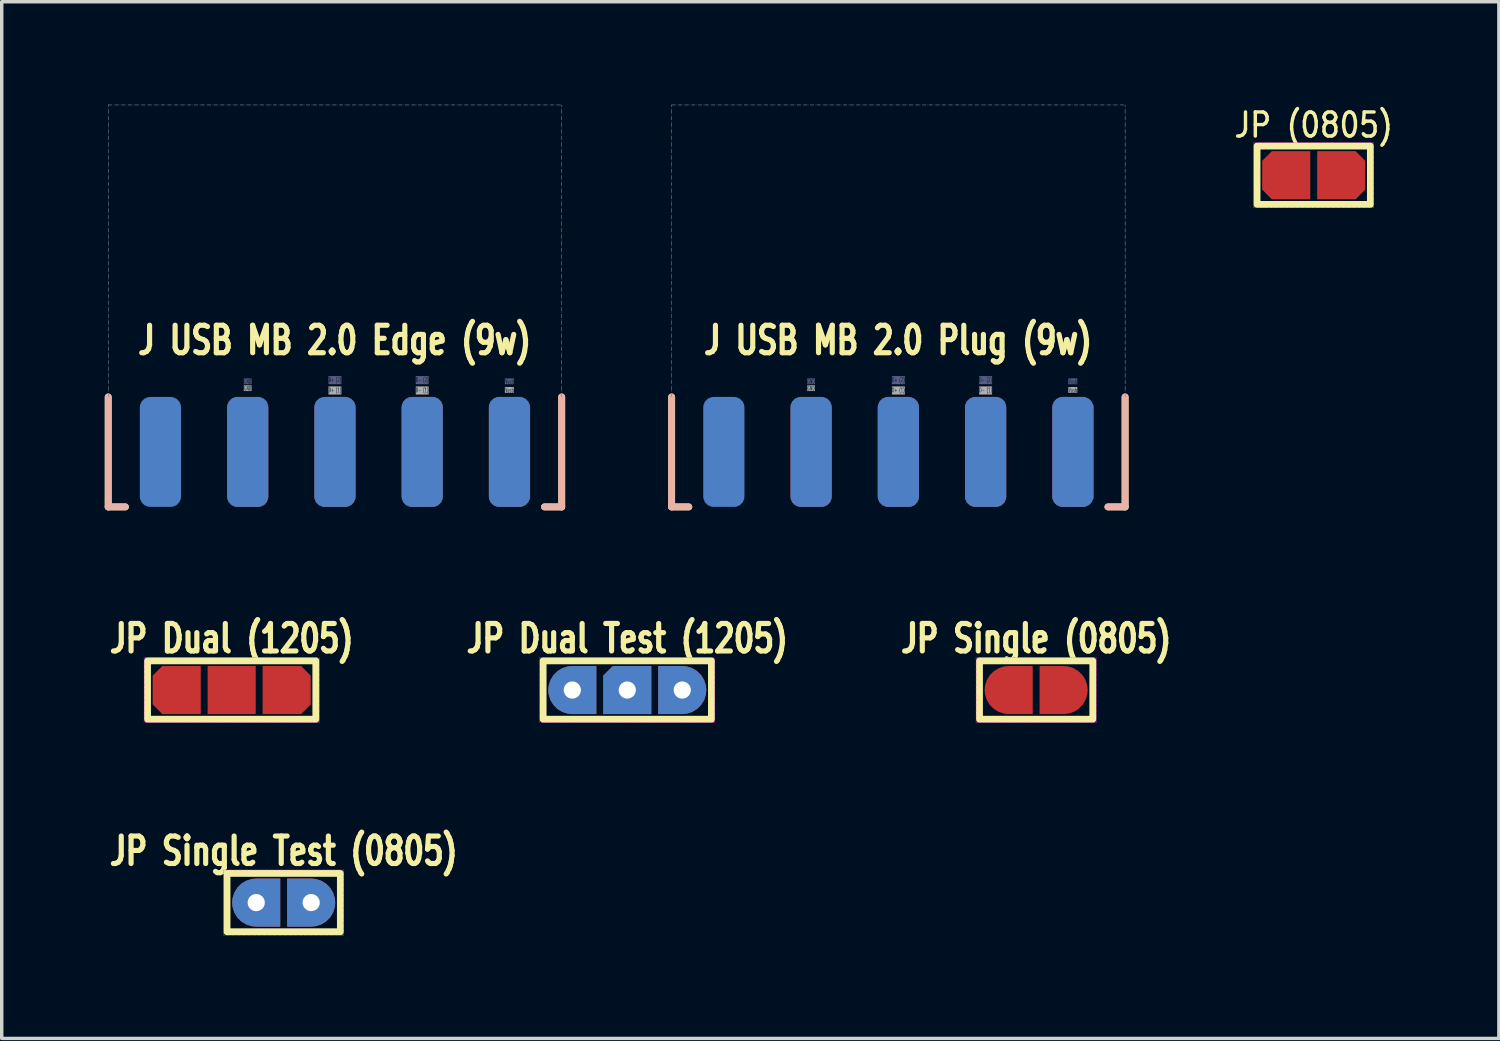
<source format=kicad_pcb>
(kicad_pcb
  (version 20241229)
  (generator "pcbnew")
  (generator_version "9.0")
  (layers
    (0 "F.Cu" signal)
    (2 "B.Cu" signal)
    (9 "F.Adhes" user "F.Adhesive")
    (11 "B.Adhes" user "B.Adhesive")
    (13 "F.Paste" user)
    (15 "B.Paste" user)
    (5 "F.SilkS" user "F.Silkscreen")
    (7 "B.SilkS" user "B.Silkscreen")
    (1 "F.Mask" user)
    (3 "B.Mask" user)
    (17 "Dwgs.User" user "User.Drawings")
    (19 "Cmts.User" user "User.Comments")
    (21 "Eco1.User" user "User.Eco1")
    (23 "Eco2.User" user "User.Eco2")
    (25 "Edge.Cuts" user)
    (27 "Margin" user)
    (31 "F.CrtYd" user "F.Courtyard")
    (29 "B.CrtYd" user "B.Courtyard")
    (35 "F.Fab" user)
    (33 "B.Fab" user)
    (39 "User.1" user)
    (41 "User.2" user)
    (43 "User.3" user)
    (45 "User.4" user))
  (footprint "J USB MB 2.0 Plug (9w)"
    (layer "F.Cu")
    (at 23.1 10.105)
    (property "Reference" "J USB MB 2.0 Plug (9w)" (at -0.01 -3.25 0) (layer "F.SilkS") (effects (font (size 0.8 0.6) (thickness 0.15))))
    (attr smd)
    (fp_line (start -6.6 -1.6) (end -6.6 1.6) (stroke (width 0.2) (type default)) (layer "F.SilkS"))
    (fp_line (start -6.6 1.6) (end -6.1 1.6) (stroke (width 0.2) (type default)) (layer "F.SilkS"))
    (fp_line (start 6.6 -1.6) (end 6.6 1.6) (stroke (width 0.2) (type default)) (layer "F.SilkS"))
    (fp_line (start 6.6 1.6) (end 6.1 1.6) (stroke (width 0.2) (type default)) (layer "F.SilkS"))
    (fp_line (start -6.6 -1.6) (end -6.6 1.6) (stroke (width 0.2) (type default)) (layer "B.SilkS"))
    (fp_line (start -6.6 1.6) (end -6.1 1.6) (stroke (width 0.2) (type default)) (layer "B.SilkS"))
    (fp_line (start 6.6 -1.6) (end 6.6 1.6) (stroke (width 0.2) (type default)) (layer "B.SilkS"))
    (fp_line (start 6.6 1.6) (end 6.1 1.6) (stroke (width 0.2) (type default)) (layer "B.SilkS"))
    (fp_line (start -6.6 -10.1) (end 6.6 -10.1) (stroke (width 0.01) (type dash_dot)) (layer "B.Fab"))
    (fp_line (start -6.6 -1.6) (end -6.6 -10.1) (stroke (width 0.01) (type dash_dot)) (layer "B.Fab"))
    (fp_line (start 6.6 -1.6) (end 6.6 -10.1) (stroke (width 0.01) (type dash_dot)) (layer "B.Fab"))
    (fp_line (start -6.6 -10.1) (end 6.6 -10.1) (stroke (width 0.01) (type dash_dot)) (layer "F.Fab"))
    (fp_line (start -6.6 -1.6) (end -6.6 -10.1) (stroke (width 0.01) (type dash_dot)) (layer "F.Fab"))
    (fp_line (start 6.6 -1.6) (end 6.6 -10.1) (stroke (width 0.01) (type dash_dot)) (layer "F.Fab"))
    (fp_text user "GND" (at -2.54 -2.05 0) (layer "B.Fab" knockout) (effects (font (size 0.13 0.07) (thickness 0.01) (bold yes))))
    (fp_text user "D- (2)" (at 2.54 -2.1 0) (layer "B.Fab" knockout) (effects (font (size 0.13 0.07) (thickness 0.01))))
    (fp_text user "D+ (2)" (at 0 -2.1 0) (layer "B.Fab" knockout) (effects (font (size 0.13 0.07) (thickness 0.01))))
    (fp_text user "Vusb" (at 5.08 -2.05 0) (layer "B.Fab" knockout) (effects (font (size 0.13 0.07) (thickness 0.01))))
    (fp_text user "GND" (at -2.54 -1.85 0) (layer "F.Fab" knockout) (effects (font (size 0.13 0.07) (thickness 0.01))))
    (fp_text user "D+ (1)" (at 0 -1.8 0) (layer "F.Fab" knockout) (effects (font (size 0.13 0.07) (thickness 0.01))))
    (fp_text user "Vusb" (at 5.08 -1.8 0) (layer "F.Fab" knockout) (effects (font (size 0.13 0.07) (thickness 0.01))))
    (fp_text user "D- (1)" (at 2.54 -1.8 0) (layer "F.Fab" knockout) (effects (font (size 0.13 0.07) (thickness 0.01))))
    (pad "1" smd roundrect (at 5.08 0) (size 1.2 3.2) (layers "F.Cu" "F.Mask" "F.Paste") (roundrect_rratio 0.25) (chamfer_ratio 0.2) (chamfer top_right bottom_right))
    (pad "2" smd roundrect (at 5.08 0) (size 1.2 3.2) (layers "B.Cu" "B.Mask" "B.Paste") (roundrect_rratio 0.25))
    (pad "3" smd roundrect (at 2.54 0) (size 1.2 3.2) (layers "F.Cu" "F.Mask" "F.Paste") (roundrect_rratio 0.25))
    (pad "4" smd roundrect (at 2.54 0) (size 1.2 3.2) (layers "B.Cu" "B.Mask" "B.Paste") (roundrect_rratio 0.25))
    (pad "5" smd roundrect (at 0 0) (size 1.2 3.2) (layers "F.Cu" "F.Mask" "F.Paste") (roundrect_rratio 0.25))
    (pad "6" smd roundrect (at 0 0) (size 1.2 3.2) (layers "B.Cu" "B.Mask" "B.Paste") (roundrect_rratio 0.25))
    (pad "7" smd roundrect (at -2.54 0) (size 1.2 3.2) (layers "F.Cu" "F.Mask" "F.Paste") (roundrect_rratio 0.25))
    (pad "8" smd roundrect (at -2.54 0) (size 1.2 3.2) (layers "B.Cu" "B.Mask" "B.Paste") (roundrect_rratio 0.25))
    (pad "10" smd roundrect (at -5.08 0) (size 1.2 3.2) (layers "B.Cu" "B.Mask" "B.Paste") (roundrect_rratio 0.25)))
  (footprint "JP (0805)"
    (layer "F.Cu")
    (at 35.19 2.05)
    (property "Reference" "JP (0805)" (at 0 -1.05 0) (unlocked yes) (layer "F.SilkS") (effects (font (size 0.7 0.6) (thickness 0.1)) (justify bottom)))
    (attr smd)
    (fp_rect (start -0.1 -0.7) (end 0.1 0.7) (stroke (width 0) (type solid)) (fill yes) (layer "F.Mask"))
    (fp_rect (start -1.65 -0.85) (end 1.65 0.85) (stroke (width 0.2) (type default)) (fill no) (layer "F.SilkS"))
    (fp_rect (start -1.75 -0.95) (end 1.75 0.95) (stroke (width 0.01) (type dash)) (fill no) (layer "F.CrtYd"))
    (pad "1" smd roundrect (at -0.8 0) (size 1.4 1.4) (layers "F.Cu" "F.Mask") (roundrect_rratio 0) (chamfer_ratio 0.2) (chamfer top_left bottom_left))
    (pad "2" smd roundrect (at 0.8 0) (size 1.4 1.4) (layers "F.Cu" "F.Mask") (roundrect_rratio 0) (chamfer_ratio 0.2) (chamfer top_right bottom_right)))
  (footprint "J USB MB 2.0 Edge (9w)"
    (layer "F.Cu")
    (at 6.7 10.105)
    (property "Reference" "J USB MB 2.0 Edge (9w)" (at -0.01 -3.25 0) (layer "F.SilkS") (effects (font (size 0.8 0.6) (thickness 0.15))))
    (attr smd)
    (fp_line (start -6.6 -1.6) (end -6.6 1.6) (stroke (width 0.2) (type default)) (layer "F.SilkS"))
    (fp_line (start -6.6 1.6) (end -6.1 1.6) (stroke (width 0.2) (type default)) (layer "F.SilkS"))
    (fp_line (start 6.6 -1.6) (end 6.6 1.6) (stroke (width 0.2) (type default)) (layer "F.SilkS"))
    (fp_line (start 6.6 1.6) (end 6.1 1.6) (stroke (width 0.2) (type default)) (layer "F.SilkS"))
    (fp_line (start -6.6 -1.6) (end -6.6 1.6) (stroke (width 0.2) (type default)) (layer "B.SilkS"))
    (fp_line (start -6.6 1.6) (end -6.1 1.6) (stroke (width 0.2) (type default)) (layer "B.SilkS"))
    (fp_line (start 6.6 -1.6) (end 6.6 1.6) (stroke (width 0.2) (type default)) (layer "B.SilkS"))
    (fp_line (start 6.6 1.6) (end 6.1 1.6) (stroke (width 0.2) (type default)) (layer "B.SilkS"))
    (fp_line (start -6.6 -10.1) (end 6.6 -10.1) (stroke (width 0.01) (type dash_dot)) (layer "B.Fab"))
    (fp_line (start -6.6 -1.6) (end -6.6 -10.1) (stroke (width 0.01) (type dash_dot)) (layer "B.Fab"))
    (fp_line (start 6.6 -1.6) (end 6.6 -10.1) (stroke (width 0.01) (type dash_dot)) (layer "B.Fab"))
    (fp_line (start -6.6 -10.1) (end 6.6 -10.1) (stroke (width 0.01) (type dash_dot)) (layer "F.Fab"))
    (fp_line (start -6.6 -1.6) (end -6.6 -10.1) (stroke (width 0.01) (type dash_dot)) (layer "F.Fab"))
    (fp_line (start 6.6 -1.6) (end 6.6 -10.1) (stroke (width 0.01) (type dash_dot)) (layer "F.Fab"))
    (fp_text user "Vusb" (at 5.08 -2.05 0) (layer "B.Fab" knockout) (effects (font (size 0.13 0.07) (thickness 0.01))))
    (fp_text user "D+ (2)" (at 0 -2.1 0) (layer "B.Fab" knockout) (effects (font (size 0.13 0.07) (thickness 0.01))))
    (fp_text user "GND" (at -2.54 -2.05 0) (layer "B.Fab" knockout) (effects (font (size 0.13 0.07) (thickness 0.01) (bold yes))))
    (fp_text user "D- (2)" (at 2.54 -2.1 0) (layer "B.Fab" knockout) (effects (font (size 0.13 0.07) (thickness 0.01))))
    (fp_text user "Vusb" (at 5.08 -1.8 0) (layer "F.Fab" knockout) (effects (font (size 0.13 0.07) (thickness 0.01))))
    (fp_text user "D- (1)" (at 2.54 -1.8 0) (layer "F.Fab" knockout) (effects (font (size 0.13 0.07) (thickness 0.01))))
    (fp_text user "D+ (1)" (at 0 -1.8 0) (layer "F.Fab" knockout) (effects (font (size 0.13 0.07) (thickness 0.01))))
    (fp_text user "GND" (at -2.54 -1.85 0) (layer "F.Fab" knockout) (effects (font (size 0.13 0.07) (thickness 0.01))))
    (pad "1" smd roundrect (at 5.08 0) (size 1.2 3.2) (layers "F.Cu" "F.Mask" "F.Paste") (roundrect_rratio 0.25) (chamfer_ratio 0.2) (chamfer top_right bottom_right))
    (pad "2" smd roundrect (at 5.08 0) (size 1.2 3.2) (layers "B.Cu" "B.Mask" "B.Paste") (roundrect_rratio 0.25))
    (pad "3" smd roundrect (at 2.54 0) (size 1.2 3.2) (layers "F.Cu" "F.Mask" "F.Paste") (roundrect_rratio 0.25))
    (pad "4" smd roundrect (at 2.54 0) (size 1.2 3.2) (layers "B.Cu" "B.Mask" "B.Paste") (roundrect_rratio 0.25))
    (pad "5" smd roundrect (at 0 0) (size 1.2 3.2) (layers "F.Cu" "F.Mask" "F.Paste") (roundrect_rratio 0.25))
    (pad "6" smd roundrect (at 0 0) (size 1.2 3.2) (layers "B.Cu" "B.Mask" "B.Paste") (roundrect_rratio 0.25))
    (pad "7" smd roundrect (at -2.54 0) (size 1.2 3.2) (layers "F.Cu" "F.Mask" "F.Paste") (roundrect_rratio 0.25))
    (pad "8" smd roundrect (at -2.54 0) (size 1.2 3.2) (layers "B.Cu" "B.Mask" "B.Paste") (roundrect_rratio 0.25))
    (pad "10" smd roundrect (at -5.08 0) (size 1.2 3.2) (layers "B.Cu" "B.Mask" "B.Paste") (roundrect_rratio 0.25)))
  (footprint "JP Single Test (0805)"
    (layer "F.Cu")
    (at 5.208 23.223)
    (property "Reference" "JP Single Test (0805)" (at 0 -1.5 0) (layer "F.SilkS") (effects (font (size 0.8 0.6) (thickness 0.15) (bold yes))))
    (attr smd)
    (fp_rect (start -0.1 -0.7) (end 0.1 0.7) (stroke (width 0) (type solid)) (fill yes) (layer "F.Mask"))
    (fp_rect (start -1.65 -0.85) (end 1.65 0.85) (stroke (width 0.2) (type default)) (fill no) (layer "F.SilkS"))
    (fp_rect (start -1.75 -0.95) (end 1.75 0.95) (stroke (width 0.01) (type dash)) (fill no) (layer "F.CrtYd"))
    (pad "1" thru_hole roundrect (at -0.8 0) (size 1.4 1.4) (drill 0.5) (layers "*.Cu" "F.Mask") (roundrect_rratio 0.5) (chamfer_ratio 0) (chamfer top_right bottom_right))
    (pad "2" thru_hole roundrect (at 0.8 0) (size 1.4 1.4) (drill 0.5) (layers "*.Cu" "F.Mask") (roundrect_rratio 0.5) (chamfer_ratio 0) (chamfer top_left bottom_left)))
  (footprint "JP Dual (1205)"
    (layer "F.Cu")
    (at 3.694 17.036)
    (property "Reference" "JP Dual (1205)" (at 0 -1.5 0) (unlocked yes) (layer "F.SilkS") (effects (font (size 0.8 0.6) (thickness 0.15) (bold yes))))
    (attr smd)
    (fp_rect (start -0.9 -0.7) (end -0.7 0.7) (stroke (width 0) (type solid)) (fill yes) (layer "F.Mask"))
    (fp_rect (start 0.9 -0.7) (end 0.7 0.7) (stroke (width 0) (type solid)) (fill yes) (layer "F.Mask"))
    (fp_rect (start -2.45 -0.85) (end 2.45 0.85) (stroke (width 0.2) (type default)) (fill no) (layer "F.SilkS"))
    (fp_rect (start -2.55 -0.95) (end 2.55 0.95) (stroke (width 0.01) (type dash)) (fill no) (layer "F.CrtYd"))
    (pad "1" smd roundrect (at -1.6 0) (size 1.4 1.4) (layers "F.Cu" "F.Mask") (roundrect_rratio 0) (chamfer_ratio 0.2) (chamfer top_left bottom_left))
    (pad "2" smd roundrect (at 0 0) (size 1.4 1.4) (layers "F.Cu" "F.Mask") (roundrect_rratio 0) (chamfer_ratio 0.2) (chamfer))
    (pad "3" smd roundrect (at 1.6 0) (size 1.4 1.4) (layers "F.Cu" "F.Mask") (roundrect_rratio 0) (chamfer_ratio 0.2) (chamfer top_right bottom_right)))
  (footprint "JP Single (0805)"
    (layer "F.Cu")
    (at 27.111 17.036)
    (property "Reference" "JP Single (0805)" (at 0 -1.5 0) (layer "F.SilkS") (effects (font (size 0.8 0.6) (thickness 0.15) (bold yes))))
    (attr smd)
    (fp_rect (start -0.1 -0.7) (end 0.1 0.7) (stroke (width 0) (type solid)) (fill yes) (layer "F.Mask"))
    (fp_rect (start -1.65 -0.85) (end 1.65 0.85) (stroke (width 0.2) (type default)) (fill no) (layer "F.SilkS"))
    (fp_rect (start -1.75 -0.95) (end 1.75 0.95) (stroke (width 0.01) (type dash)) (fill no) (layer "F.CrtYd"))
    (pad "1" smd roundrect (at -0.8 0) (size 1.4 1.4) (layers "F.Cu" "F.Mask") (roundrect_rratio 0.5) (chamfer_ratio 0) (chamfer top_right bottom_right))
    (pad "2" smd roundrect (at 0.8 0) (size 1.4 1.4) (layers "F.Cu" "F.Mask") (roundrect_rratio 0.5) (chamfer_ratio 0) (chamfer top_left bottom_left)))
  (footprint "JP Dual Test (1205)"
    (layer "F.Cu")
    (at 15.209 17.036)
    (property "Reference" "JP Dual Test (1205)" (at 0 -1.5 0) (layer "F.SilkS") (effects (font (size 0.8 0.6) (thickness 0.15) (bold yes))))
    (attr smd)
    (fp_rect (start -0.9 -0.7) (end -0.7 0.7) (stroke (width 0) (type solid)) (fill yes) (layer "F.Mask"))
    (fp_rect (start 0.9 -0.7) (end 0.7 0.7) (stroke (width 0) (type solid)) (fill yes) (layer "F.Mask"))
    (fp_rect (start -2.45 -0.85) (end 2.45 0.85) (stroke (width 0.2) (type default)) (fill no) (layer "F.SilkS"))
    (fp_rect (start -2.55 -0.95) (end 2.55 0.95) (stroke (width 0.01) (type dash)) (fill no) (layer "F.CrtYd"))
    (pad "1" thru_hole roundrect (at -1.6 0) (size 1.4 1.4) (drill 0.5) (layers "*.Cu" "F.Mask") (roundrect_rratio 0.5) (chamfer_ratio 0) (chamfer top_right bottom_right))
    (pad "2" thru_hole roundrect (at 0 0) (size 1.4 1.4) (drill 0.5) (layers "*.Cu" "F.Mask") (roundrect_rratio 0) (chamfer_ratio 0.2) (chamfer top_left))
    (pad "3" thru_hole roundrect (at 1.6 0) (size 1.4 1.4) (drill 0.5) (layers "*.Cu" "F.Mask") (roundrect_rratio 0.5) (chamfer_ratio 0) (chamfer top_left bottom_left)))
  (gr_rect
    (start -3 -3)
    (end 40.58 27.177)
    (stroke (width 0.1) (type default))
    (fill no)
    (layer "Edge.Cuts")))
</source>
